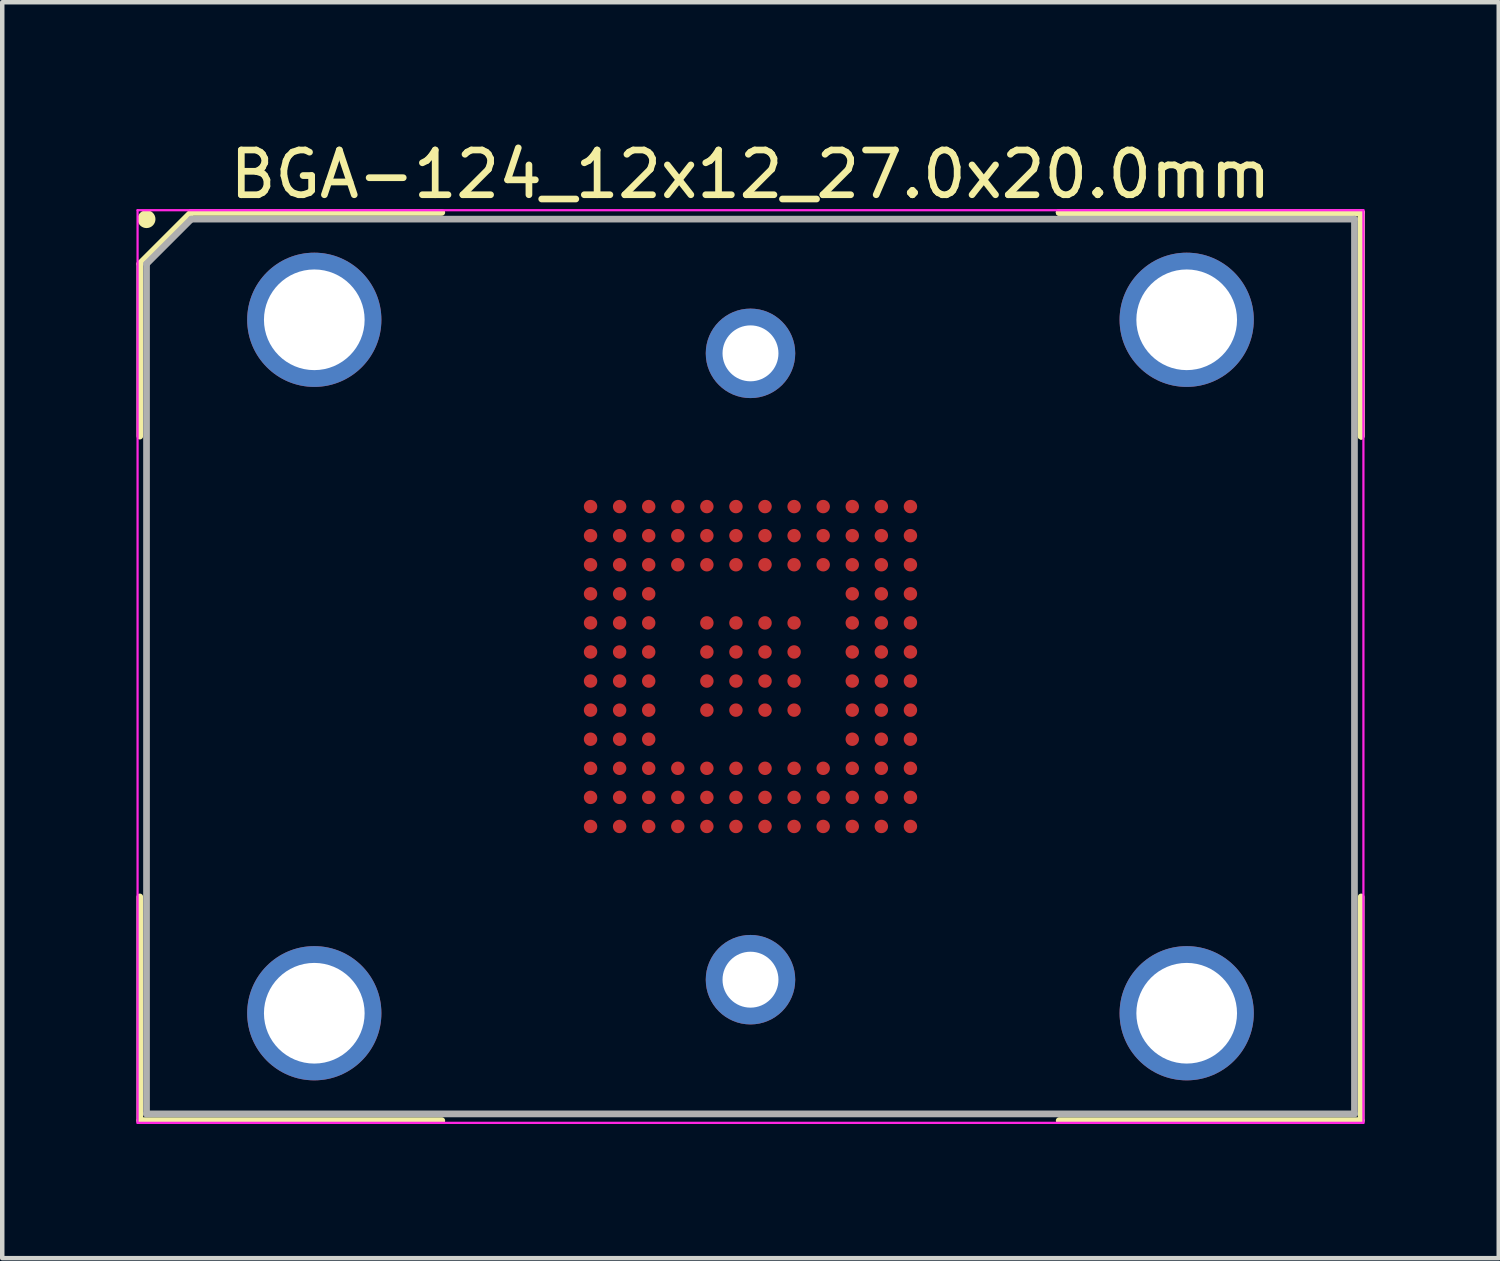
<source format=kicad_pcb>
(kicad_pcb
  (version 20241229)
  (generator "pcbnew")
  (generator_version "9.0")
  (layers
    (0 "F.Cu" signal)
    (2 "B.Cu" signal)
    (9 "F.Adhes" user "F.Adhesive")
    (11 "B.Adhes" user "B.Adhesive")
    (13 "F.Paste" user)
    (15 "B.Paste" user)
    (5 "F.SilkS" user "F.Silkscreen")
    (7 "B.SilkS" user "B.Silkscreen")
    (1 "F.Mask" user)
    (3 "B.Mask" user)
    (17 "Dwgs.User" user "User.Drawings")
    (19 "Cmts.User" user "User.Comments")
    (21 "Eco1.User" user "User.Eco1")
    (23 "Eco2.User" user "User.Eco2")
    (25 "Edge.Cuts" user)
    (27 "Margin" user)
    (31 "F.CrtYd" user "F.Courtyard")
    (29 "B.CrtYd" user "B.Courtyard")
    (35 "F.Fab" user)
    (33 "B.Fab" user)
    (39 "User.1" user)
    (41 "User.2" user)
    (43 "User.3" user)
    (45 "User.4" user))
  (footprint "BGA-124_12x12_27.0x20.0mm"
    (layer "F.Cu")
    (at 13.725 11.848)
    (property "Reference" "BGA-124_12x12_27.0x20.0mm" (at 0 -11 0) (layer "F.SilkS") (effects (font (size 1 1) (thickness 0.15))))
    (attr smd)
    (fp_line (start -13.65 -9) (end -13.65 -5.15) (stroke (width 0.15) (type solid)) (layer "F.SilkS"))
    (fp_line (start -13.65 10.15) (end -13.65 5.15) (stroke (width 0.15) (type solid)) (layer "F.SilkS"))
    (fp_line (start -12.5 -10.15) (end -13.65 -9) (stroke (width 0.15) (type solid)) (layer "F.SilkS"))
    (fp_line (start -6.9 -10.15) (end -12.5 -10.15) (stroke (width 0.15) (type solid)) (layer "F.SilkS"))
    (fp_line (start -6.9 10.15) (end -13.65 10.15) (stroke (width 0.15) (type solid)) (layer "F.SilkS"))
    (fp_line (start 6.9 -10.15) (end 13.65 -10.15) (stroke (width 0.15) (type solid)) (layer "F.SilkS"))
    (fp_line (start 6.9 -10.15) (end 13.65 -10.15) (stroke (width 0.15) (type solid)) (layer "F.SilkS"))
    (fp_line (start 6.9 -10.15) (end 13.65 -10.15) (stroke (width 0.15) (type solid)) (layer "F.SilkS"))
    (fp_line (start 6.9 10.15) (end 13.65 10.15) (stroke (width 0.15) (type solid)) (layer "F.SilkS"))
    (fp_line (start 13.65 -10.15) (end 13.65 -5.15) (stroke (width 0.15) (type solid)) (layer "F.SilkS"))
    (fp_line (start 13.65 -10.15) (end 13.65 -5.15) (stroke (width 0.15) (type solid)) (layer "F.SilkS"))
    (fp_line (start 13.65 -10.15) (end 13.65 -5.15) (stroke (width 0.15) (type solid)) (layer "F.SilkS"))
    (fp_line (start 13.65 10.15) (end 13.65 5.15) (stroke (width 0.15) (type solid)) (layer "F.SilkS"))
    (fp_circle (center -13.5 -10) (end -13.5 -9.9) (stroke (width 0.2) (type solid)) (fill no) (layer "F.SilkS"))
    (fp_line (start -13.7 -10.2) (end 13.7 -10.2) (stroke (width 0.05) (type solid)) (layer "F.CrtYd"))
    (fp_line (start -13.7 10.2) (end -13.7 -10.2) (stroke (width 0.05) (type solid)) (layer "F.CrtYd"))
    (fp_line (start 13.7 -10.2) (end 13.7 10.2) (stroke (width 0.05) (type solid)) (layer "F.CrtYd"))
    (fp_line (start 13.7 10.2) (end -13.7 10.2) (stroke (width 0.05) (type solid)) (layer "F.CrtYd"))
    (fp_line (start -13.5 -9) (end -13.5 10) (stroke (width 0.15) (type solid)) (layer "F.Fab"))
    (fp_line (start -13.5 10) (end 13.5 10) (stroke (width 0.15) (type solid)) (layer "F.Fab"))
    (fp_line (start -12.5 -10) (end -13.5 -9) (stroke (width 0.15) (type solid)) (layer "F.Fab"))
    (fp_line (start 13.5 -10) (end -12.5 -10) (stroke (width 0.15) (type solid)) (layer "F.Fab"))
    (fp_line (start 13.5 10) (end 13.5 -10) (stroke (width 0.15) (type solid)) (layer "F.Fab"))
    (pad "" thru_hole circle (at -9.75 -7.75) (size 3 3) (drill 2.25) (layers "*.Cu" "*.Mask"))
    (pad "" thru_hole circle (at -9.75 7.75) (size 3 3) (drill 2.25) (layers "*.Cu" "*.Mask"))
    (pad "" thru_hole circle (at 0 -7) (size 2 2) (drill 1.25) (layers "*.Cu" "*.Mask"))
    (pad "" thru_hole circle (at 0 7) (size 2 2) (drill 1.25) (layers "*.Cu" "*.Mask"))
    (pad "" thru_hole circle (at 9.75 -7.75) (size 3 3) (drill 2.25) (layers "*.Cu" "*.Mask"))
    (pad "" thru_hole circle (at 9.75 7.75) (size 3 3) (drill 2.25) (layers "*.Cu" "*.Mask"))
    (pad "A1" smd circle (at -3.575 -3.575) (size 0.3 0.3) (layers "F.Cu" "F.Mask" "F.Paste"))
    (pad "A2" smd circle (at -2.925 -3.575) (size 0.3 0.3) (layers "F.Cu" "F.Mask" "F.Paste"))
    (pad "A3" smd circle (at -2.275 -3.575) (size 0.3 0.3) (layers "F.Cu" "F.Mask" "F.Paste"))
    (pad "A4" smd circle (at -1.625 -3.575) (size 0.3 0.3) (layers "F.Cu" "F.Mask" "F.Paste"))
    (pad "A5" smd circle (at -0.975 -3.575) (size 0.3 0.3) (layers "F.Cu" "F.Mask" "F.Paste"))
    (pad "A6" smd circle (at -0.325 -3.575) (size 0.3 0.3) (layers "F.Cu" "F.Mask" "F.Paste"))
    (pad "A7" smd circle (at 0.325 -3.575) (size 0.3 0.3) (layers "F.Cu" "F.Mask" "F.Paste"))
    (pad "A8" smd circle (at 0.975 -3.575) (size 0.3 0.3) (layers "F.Cu" "F.Mask" "F.Paste"))
    (pad "A9" smd circle (at 1.625 -3.575) (size 0.3 0.3) (layers "F.Cu" "F.Mask" "F.Paste"))
    (pad "A10" smd circle (at 2.275 -3.575) (size 0.3 0.3) (layers "F.Cu" "F.Mask" "F.Paste"))
    (pad "A11" smd circle (at 2.925 -3.575) (size 0.3 0.3) (layers "F.Cu" "F.Mask" "F.Paste"))
    (pad "A12" smd circle (at 3.575 -3.575) (size 0.3 0.3) (layers "F.Cu" "F.Mask" "F.Paste"))
    (pad "B1" smd circle (at -3.575 -2.925) (size 0.3 0.3) (layers "F.Cu" "F.Mask" "F.Paste"))
    (pad "B2" smd circle (at -2.925 -2.925) (size 0.3 0.3) (layers "F.Cu" "F.Mask" "F.Paste"))
    (pad "B3" smd circle (at -2.275 -2.925) (size 0.3 0.3) (layers "F.Cu" "F.Mask" "F.Paste"))
    (pad "B4" smd circle (at -1.625 -2.925) (size 0.3 0.3) (layers "F.Cu" "F.Mask" "F.Paste"))
    (pad "B5" smd circle (at -0.975 -2.925) (size 0.3 0.3) (layers "F.Cu" "F.Mask" "F.Paste"))
    (pad "B6" smd circle (at -0.325 -2.925) (size 0.3 0.3) (layers "F.Cu" "F.Mask" "F.Paste"))
    (pad "B7" smd circle (at 0.325 -2.925) (size 0.3 0.3) (layers "F.Cu" "F.Mask" "F.Paste"))
    (pad "B8" smd circle (at 0.975 -2.925) (size 0.3 0.3) (layers "F.Cu" "F.Mask" "F.Paste"))
    (pad "B9" smd circle (at 1.625 -2.925) (size 0.3 0.3) (layers "F.Cu" "F.Mask" "F.Paste"))
    (pad "B10" smd circle (at 2.275 -2.925) (size 0.3 0.3) (layers "F.Cu" "F.Mask" "F.Paste"))
    (pad "B11" smd circle (at 2.925 -2.925) (size 0.3 0.3) (layers "F.Cu" "F.Mask" "F.Paste"))
    (pad "B12" smd circle (at 3.575 -2.925) (size 0.3 0.3) (layers "F.Cu" "F.Mask" "F.Paste"))
    (pad "C1" smd circle (at -3.575 -2.275) (size 0.3 0.3) (layers "F.Cu" "F.Mask" "F.Paste"))
    (pad "C2" smd circle (at -2.925 -2.275) (size 0.3 0.3) (layers "F.Cu" "F.Mask" "F.Paste"))
    (pad "C3" smd circle (at -2.275 -2.275) (size 0.3 0.3) (layers "F.Cu" "F.Mask" "F.Paste"))
    (pad "C4" smd circle (at -1.625 -2.275) (size 0.3 0.3) (layers "F.Cu" "F.Mask" "F.Paste"))
    (pad "C5" smd circle (at -0.975 -2.275) (size 0.3 0.3) (layers "F.Cu" "F.Mask" "F.Paste"))
    (pad "C6" smd circle (at -0.325 -2.275) (size 0.3 0.3) (layers "F.Cu" "F.Mask" "F.Paste"))
    (pad "C7" smd circle (at 0.325 -2.275) (size 0.3 0.3) (layers "F.Cu" "F.Mask" "F.Paste"))
    (pad "C8" smd circle (at 0.975 -2.275) (size 0.3 0.3) (layers "F.Cu" "F.Mask" "F.Paste"))
    (pad "C9" smd circle (at 1.625 -2.275) (size 0.3 0.3) (layers "F.Cu" "F.Mask" "F.Paste"))
    (pad "C10" smd circle (at 2.275 -2.275) (size 0.3 0.3) (layers "F.Cu" "F.Mask" "F.Paste"))
    (pad "C11" smd circle (at 2.925 -2.275) (size 0.3 0.3) (layers "F.Cu" "F.Mask" "F.Paste"))
    (pad "C12" smd circle (at 3.575 -2.275) (size 0.3 0.3) (layers "F.Cu" "F.Mask" "F.Paste"))
    (pad "D1" smd circle (at -3.575 -1.625) (size 0.3 0.3) (layers "F.Cu" "F.Mask" "F.Paste"))
    (pad "D2" smd circle (at -2.925 -1.625) (size 0.3 0.3) (layers "F.Cu" "F.Mask" "F.Paste"))
    (pad "D3" smd circle (at -2.275 -1.625) (size 0.3 0.3) (layers "F.Cu" "F.Mask" "F.Paste"))
    (pad "D10" smd circle (at 2.275 -1.625) (size 0.3 0.3) (layers "F.Cu" "F.Mask" "F.Paste"))
    (pad "D11" smd circle (at 2.925 -1.625) (size 0.3 0.3) (layers "F.Cu" "F.Mask" "F.Paste"))
    (pad "D12" smd circle (at 3.575 -1.625) (size 0.3 0.3) (layers "F.Cu" "F.Mask" "F.Paste"))
    (pad "E1" smd circle (at -3.575 -0.975) (size 0.3 0.3) (layers "F.Cu" "F.Mask" "F.Paste"))
    (pad "E2" smd circle (at -2.925 -0.975) (size 0.3 0.3) (layers "F.Cu" "F.Mask" "F.Paste"))
    (pad "E3" smd circle (at -2.275 -0.975) (size 0.3 0.3) (layers "F.Cu" "F.Mask" "F.Paste"))
    (pad "E5" smd circle (at -0.975 -0.975) (size 0.3 0.3) (layers "F.Cu" "F.Mask" "F.Paste"))
    (pad "E6" smd circle (at -0.325 -0.975) (size 0.3 0.3) (layers "F.Cu" "F.Mask" "F.Paste"))
    (pad "E7" smd circle (at 0.325 -0.975) (size 0.3 0.3) (layers "F.Cu" "F.Mask" "F.Paste"))
    (pad "E8" smd circle (at 0.975 -0.975) (size 0.3 0.3) (layers "F.Cu" "F.Mask" "F.Paste"))
    (pad "E10" smd circle (at 2.275 -0.975) (size 0.3 0.3) (layers "F.Cu" "F.Mask" "F.Paste"))
    (pad "E11" smd circle (at 2.925 -0.975) (size 0.3 0.3) (layers "F.Cu" "F.Mask" "F.Paste"))
    (pad "E12" smd circle (at 3.575 -0.975) (size 0.3 0.3) (layers "F.Cu" "F.Mask" "F.Paste"))
    (pad "F1" smd circle (at -3.575 -0.325) (size 0.3 0.3) (layers "F.Cu" "F.Mask" "F.Paste"))
    (pad "F2" smd circle (at -2.925 -0.325) (size 0.3 0.3) (layers "F.Cu" "F.Mask" "F.Paste"))
    (pad "F3" smd circle (at -2.275 -0.325) (size 0.3 0.3) (layers "F.Cu" "F.Mask" "F.Paste"))
    (pad "F5" smd circle (at -0.975 -0.325) (size 0.3 0.3) (layers "F.Cu" "F.Mask" "F.Paste"))
    (pad "F6" smd circle (at -0.325 -0.325) (size 0.3 0.3) (layers "F.Cu" "F.Mask" "F.Paste"))
    (pad "F7" smd circle (at 0.325 -0.325) (size 0.3 0.3) (layers "F.Cu" "F.Mask" "F.Paste"))
    (pad "F8" smd circle (at 0.975 -0.325) (size 0.3 0.3) (layers "F.Cu" "F.Mask" "F.Paste"))
    (pad "F10" smd circle (at 2.275 -0.325) (size 0.3 0.3) (layers "F.Cu" "F.Mask" "F.Paste"))
    (pad "F11" smd circle (at 2.925 -0.325) (size 0.3 0.3) (layers "F.Cu" "F.Mask" "F.Paste"))
    (pad "F12" smd circle (at 3.575 -0.325) (size 0.3 0.3) (layers "F.Cu" "F.Mask" "F.Paste"))
    (pad "G1" smd circle (at -3.575 0.325) (size 0.3 0.3) (layers "F.Cu" "F.Mask" "F.Paste"))
    (pad "G2" smd circle (at -2.925 0.325) (size 0.3 0.3) (layers "F.Cu" "F.Mask" "F.Paste"))
    (pad "G3" smd circle (at -2.275 0.325) (size 0.3 0.3) (layers "F.Cu" "F.Mask" "F.Paste"))
    (pad "G5" smd circle (at -0.975 0.325) (size 0.3 0.3) (layers "F.Cu" "F.Mask" "F.Paste"))
    (pad "G6" smd circle (at -0.325 0.325) (size 0.3 0.3) (layers "F.Cu" "F.Mask" "F.Paste"))
    (pad "G7" smd circle (at 0.325 0.325) (size 0.3 0.3) (layers "F.Cu" "F.Mask" "F.Paste"))
    (pad "G8" smd circle (at 0.975 0.325) (size 0.3 0.3) (layers "F.Cu" "F.Mask" "F.Paste"))
    (pad "G10" smd circle (at 2.275 0.325) (size 0.3 0.3) (layers "F.Cu" "F.Mask" "F.Paste"))
    (pad "G11" smd circle (at 2.925 0.325) (size 0.3 0.3) (layers "F.Cu" "F.Mask" "F.Paste"))
    (pad "G12" smd circle (at 3.575 0.325) (size 0.3 0.3) (layers "F.Cu" "F.Mask" "F.Paste"))
    (pad "H1" smd circle (at -3.575 0.975) (size 0.3 0.3) (layers "F.Cu" "F.Mask" "F.Paste"))
    (pad "H2" smd circle (at -2.925 0.975) (size 0.3 0.3) (layers "F.Cu" "F.Mask" "F.Paste"))
    (pad "H3" smd circle (at -2.275 0.975) (size 0.3 0.3) (layers "F.Cu" "F.Mask" "F.Paste"))
    (pad "H5" smd circle (at -0.975 0.975) (size 0.3 0.3) (layers "F.Cu" "F.Mask" "F.Paste"))
    (pad "H6" smd circle (at -0.325 0.975) (size 0.3 0.3) (layers "F.Cu" "F.Mask" "F.Paste"))
    (pad "H7" smd circle (at 0.325 0.975) (size 0.3 0.3) (layers "F.Cu" "F.Mask" "F.Paste"))
    (pad "H8" smd circle (at 0.975 0.975) (size 0.3 0.3) (layers "F.Cu" "F.Mask" "F.Paste"))
    (pad "H10" smd circle (at 2.275 0.975) (size 0.3 0.3) (layers "F.Cu" "F.Mask" "F.Paste"))
    (pad "H11" smd circle (at 2.925 0.975) (size 0.3 0.3) (layers "F.Cu" "F.Mask" "F.Paste"))
    (pad "H12" smd circle (at 3.575 0.975) (size 0.3 0.3) (layers "F.Cu" "F.Mask" "F.Paste"))
    (pad "J1" smd circle (at -3.575 1.625) (size 0.3 0.3) (layers "F.Cu" "F.Mask" "F.Paste"))
    (pad "J2" smd circle (at -2.925 1.625) (size 0.3 0.3) (layers "F.Cu" "F.Mask" "F.Paste"))
    (pad "J3" smd circle (at -2.275 1.625) (size 0.3 0.3) (layers "F.Cu" "F.Mask" "F.Paste"))
    (pad "J10" smd circle (at 2.275 1.625) (size 0.3 0.3) (layers "F.Cu" "F.Mask" "F.Paste"))
    (pad "J11" smd circle (at 2.925 1.625) (size 0.3 0.3) (layers "F.Cu" "F.Mask" "F.Paste"))
    (pad "J12" smd circle (at 3.575 1.625) (size 0.3 0.3) (layers "F.Cu" "F.Mask" "F.Paste"))
    (pad "K1" smd circle (at -3.575 2.275) (size 0.3 0.3) (layers "F.Cu" "F.Mask" "F.Paste"))
    (pad "K2" smd circle (at -2.925 2.275) (size 0.3 0.3) (layers "F.Cu" "F.Mask" "F.Paste"))
    (pad "K3" smd circle (at -2.275 2.275) (size 0.3 0.3) (layers "F.Cu" "F.Mask" "F.Paste"))
    (pad "K4" smd circle (at -1.625 2.275) (size 0.3 0.3) (layers "F.Cu" "F.Mask" "F.Paste"))
    (pad "K5" smd circle (at -0.975 2.275) (size 0.3 0.3) (layers "F.Cu" "F.Mask" "F.Paste"))
    (pad "K6" smd circle (at -0.325 2.275) (size 0.3 0.3) (layers "F.Cu" "F.Mask" "F.Paste"))
    (pad "K7" smd circle (at 0.325 2.275) (size 0.3 0.3) (layers "F.Cu" "F.Mask" "F.Paste"))
    (pad "K8" smd circle (at 0.975 2.275) (size 0.3 0.3) (layers "F.Cu" "F.Mask" "F.Paste"))
    (pad "K9" smd circle (at 1.625 2.275) (size 0.3 0.3) (layers "F.Cu" "F.Mask" "F.Paste"))
    (pad "K10" smd circle (at 2.275 2.275) (size 0.3 0.3) (layers "F.Cu" "F.Mask" "F.Paste"))
    (pad "K11" smd circle (at 2.925 2.275) (size 0.3 0.3) (layers "F.Cu" "F.Mask" "F.Paste"))
    (pad "K12" smd circle (at 3.575 2.275) (size 0.3 0.3) (layers "F.Cu" "F.Mask" "F.Paste"))
    (pad "L1" smd circle (at -3.575 2.925) (size 0.3 0.3) (layers "F.Cu" "F.Mask" "F.Paste"))
    (pad "L2" smd circle (at -2.925 2.925) (size 0.3 0.3) (layers "F.Cu" "F.Mask" "F.Paste"))
    (pad "L3" smd circle (at -2.275 2.925) (size 0.3 0.3) (layers "F.Cu" "F.Mask" "F.Paste"))
    (pad "L4" smd circle (at -1.625 2.925) (size 0.3 0.3) (layers "F.Cu" "F.Mask" "F.Paste"))
    (pad "L5" smd circle (at -0.975 2.925) (size 0.3 0.3) (layers "F.Cu" "F.Mask" "F.Paste"))
    (pad "L6" smd circle (at -0.325 2.925) (size 0.3 0.3) (layers "F.Cu" "F.Mask" "F.Paste"))
    (pad "L7" smd circle (at 0.325 2.925) (size 0.3 0.3) (layers "F.Cu" "F.Mask" "F.Paste"))
    (pad "L8" smd circle (at 0.975 2.925) (size 0.3 0.3) (layers "F.Cu" "F.Mask" "F.Paste"))
    (pad "L9" smd circle (at 1.625 2.925) (size 0.3 0.3) (layers "F.Cu" "F.Mask" "F.Paste"))
    (pad "L10" smd circle (at 2.275 2.925) (size 0.3 0.3) (layers "F.Cu" "F.Mask" "F.Paste"))
    (pad "L11" smd circle (at 2.925 2.925) (size 0.3 0.3) (layers "F.Cu" "F.Mask" "F.Paste"))
    (pad "L12" smd circle (at 3.575 2.925) (size 0.3 0.3) (layers "F.Cu" "F.Mask" "F.Paste"))
    (pad "M1" smd circle (at -3.575 3.575) (size 0.3 0.3) (layers "F.Cu" "F.Mask" "F.Paste"))
    (pad "M2" smd circle (at -2.925 3.575) (size 0.3 0.3) (layers "F.Cu" "F.Mask" "F.Paste"))
    (pad "M3" smd circle (at -2.275 3.575) (size 0.3 0.3) (layers "F.Cu" "F.Mask" "F.Paste"))
    (pad "M4" smd circle (at -1.625 3.575) (size 0.3 0.3) (layers "F.Cu" "F.Mask" "F.Paste"))
    (pad "M5" smd circle (at -0.975 3.575) (size 0.3 0.3) (layers "F.Cu" "F.Mask" "F.Paste"))
    (pad "M6" smd circle (at -0.325 3.575) (size 0.3 0.3) (layers "F.Cu" "F.Mask" "F.Paste"))
    (pad "M7" smd circle (at 0.325 3.575) (size 0.3 0.3) (layers "F.Cu" "F.Mask" "F.Paste"))
    (pad "M8" smd circle (at 0.975 3.575) (size 0.3 0.3) (layers "F.Cu" "F.Mask" "F.Paste"))
    (pad "M9" smd circle (at 1.625 3.575) (size 0.3 0.3) (layers "F.Cu" "F.Mask" "F.Paste"))
    (pad "M10" smd circle (at 2.275 3.575) (size 0.3 0.3) (layers "F.Cu" "F.Mask" "F.Paste"))
    (pad "M11" smd circle (at 2.925 3.575) (size 0.3 0.3) (layers "F.Cu" "F.Mask" "F.Paste"))
    (pad "M12" smd circle (at 3.575 3.575) (size 0.3 0.3) (layers "F.Cu" "F.Mask" "F.Paste")))
  (gr_rect
    (start -3 -3)
    (end 30.45 25.073)
    (stroke (width 0.1) (type default))
    (fill no)
    (layer "Edge.Cuts")))
</source>
